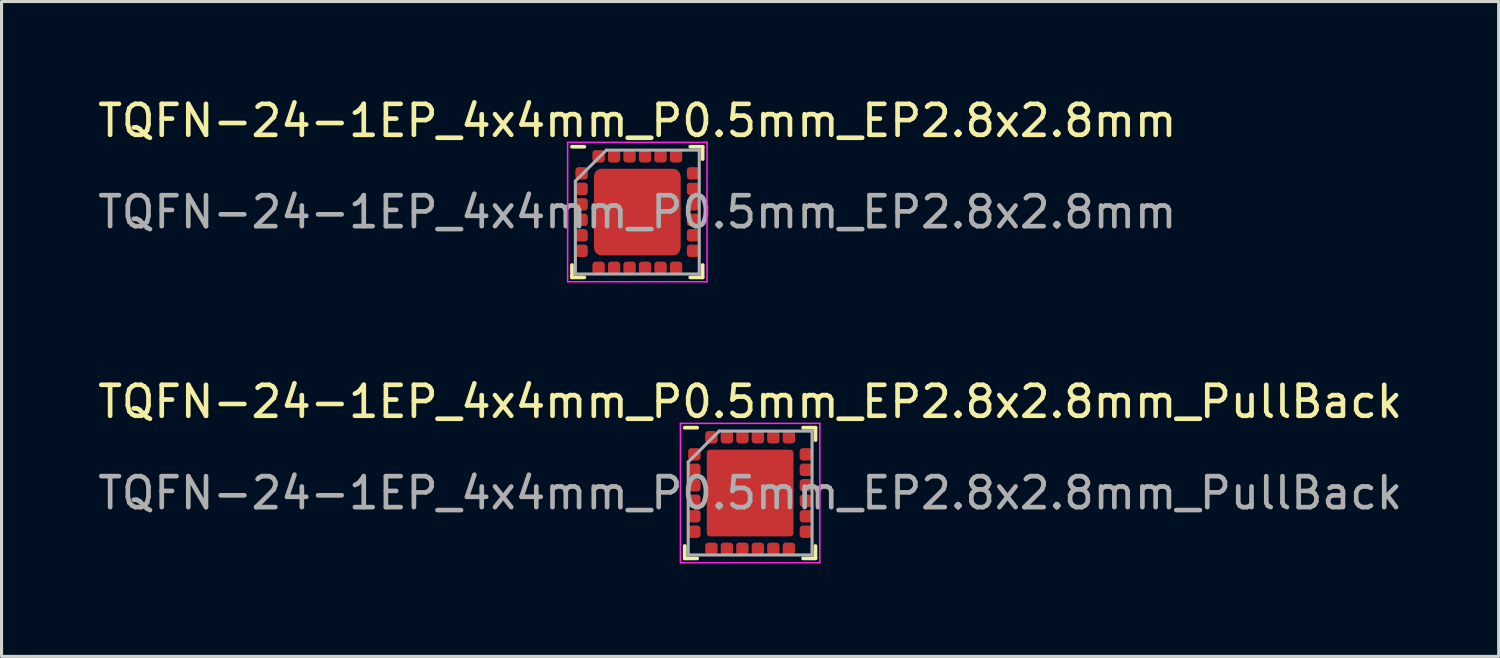
<source format=kicad_pcb>
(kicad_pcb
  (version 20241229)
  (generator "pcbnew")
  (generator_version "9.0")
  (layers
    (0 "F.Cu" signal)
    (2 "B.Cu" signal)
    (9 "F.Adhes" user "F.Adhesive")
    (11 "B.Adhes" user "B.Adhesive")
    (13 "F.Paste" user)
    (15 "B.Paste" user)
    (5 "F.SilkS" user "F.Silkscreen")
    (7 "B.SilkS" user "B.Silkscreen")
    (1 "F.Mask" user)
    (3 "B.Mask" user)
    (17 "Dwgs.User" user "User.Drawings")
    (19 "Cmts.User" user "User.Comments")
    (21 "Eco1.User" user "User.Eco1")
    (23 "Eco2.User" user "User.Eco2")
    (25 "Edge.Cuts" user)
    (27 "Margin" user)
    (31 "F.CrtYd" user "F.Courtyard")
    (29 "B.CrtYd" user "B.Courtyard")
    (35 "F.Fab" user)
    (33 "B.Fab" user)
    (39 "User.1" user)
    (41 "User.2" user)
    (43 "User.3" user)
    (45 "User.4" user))
  (footprint "TQFN-24-1EP_4x4mm_P0.5mm_EP2.8x2.8mm"
    (layer "F.Cu")
    (at 17.53 3.798)
    (property "Reference" "TQFN-24-1EP_4x4mm_P0.5mm_EP2.8x2.8mm" (at 0 -2.95 0) (layer "F.SilkS") (effects (font (size 1 1) (thickness 0.15))))
    (attr smd)
    (fp_line (start -2.11 2.11) (end -2.11 1.71) (stroke (width 0.12) (type solid)) (layer "F.SilkS"))
    (fp_line (start -1.71 -2.11) (end -2.11 -2.11) (stroke (width 0.12) (type solid)) (layer "F.SilkS"))
    (fp_line (start -1.71 2.11) (end -2.11 2.11) (stroke (width 0.12) (type solid)) (layer "F.SilkS"))
    (fp_line (start 1.71 -2.11) (end 2.11 -2.11) (stroke (width 0.12) (type solid)) (layer "F.SilkS"))
    (fp_line (start 1.71 2.11) (end 2.11 2.11) (stroke (width 0.12) (type solid)) (layer "F.SilkS"))
    (fp_line (start 2.11 -2.11) (end 2.11 -1.71) (stroke (width 0.12) (type solid)) (layer "F.SilkS"))
    (fp_line (start 2.11 2.11) (end 2.11 1.71) (stroke (width 0.12) (type solid)) (layer "F.SilkS"))
    (fp_line (start -2.25 -2.25) (end -2.25 2.25) (stroke (width 0.05) (type solid)) (layer "F.CrtYd"))
    (fp_line (start -2.25 2.25) (end 2.25 2.25) (stroke (width 0.05) (type solid)) (layer "F.CrtYd"))
    (fp_line (start 2.25 -2.25) (end -2.25 -2.25) (stroke (width 0.05) (type solid)) (layer "F.CrtYd"))
    (fp_line (start 2.25 2.25) (end 2.25 -2.25) (stroke (width 0.05) (type solid)) (layer "F.CrtYd"))
    (fp_line (start -2 -1) (end -1 -2) (stroke (width 0.1) (type solid)) (layer "F.Fab"))
    (fp_line (start -2 2) (end -2 -1) (stroke (width 0.1) (type solid)) (layer "F.Fab"))
    (fp_line (start -1 -2) (end 2 -2) (stroke (width 0.1) (type solid)) (layer "F.Fab"))
    (fp_line (start 2 -2) (end 2 2) (stroke (width 0.1) (type solid)) (layer "F.Fab"))
    (fp_line (start 2 2) (end -2 2) (stroke (width 0.1) (type solid)) (layer "F.Fab"))
    (fp_text user "${REFERENCE}" (at 0 0 0) (layer "F.Fab") (effects (font (size 1 1) (thickness 0.15))))
    (pad "" smd roundrect (at -0.7 -0.7) (size 1.13 1.13) (layers "F.Paste") (roundrect_rratio 0.221))
    (pad "" smd roundrect (at -0.7 0.7) (size 1.13 1.13) (layers "F.Paste") (roundrect_rratio 0.221))
    (pad "" smd roundrect (at 0.7 -0.7) (size 1.13 1.13) (layers "F.Paste") (roundrect_rratio 0.221))
    (pad "" smd roundrect (at 0.7 0.7) (size 1.13 1.13) (layers "F.Paste") (roundrect_rratio 0.221))
    (pad "1" smd roundrect (at -1.8 -1.25) (size 0.4 0.4) (layers "F.Cu" "F.Mask" "F.Paste") (roundrect_rratio 0.25))
    (pad "2" smd roundrect (at -1.8 -0.75) (size 0.4 0.4) (layers "F.Cu" "F.Mask" "F.Paste") (roundrect_rratio 0.25))
    (pad "3" smd roundrect (at -1.8 -0.25) (size 0.4 0.4) (layers "F.Cu" "F.Mask" "F.Paste") (roundrect_rratio 0.25))
    (pad "4" smd roundrect (at -1.8 0.25) (size 0.4 0.4) (layers "F.Cu" "F.Mask" "F.Paste") (roundrect_rratio 0.25))
    (pad "5" smd roundrect (at -1.8 0.75) (size 0.4 0.4) (layers "F.Cu" "F.Mask" "F.Paste") (roundrect_rratio 0.25))
    (pad "6" smd roundrect (at -1.8 1.25) (size 0.4 0.4) (layers "F.Cu" "F.Mask" "F.Paste") (roundrect_rratio 0.25))
    (pad "7" smd roundrect (at -1.25 1.8) (size 0.4 0.4) (layers "F.Cu" "F.Mask" "F.Paste") (roundrect_rratio 0.25))
    (pad "8" smd roundrect (at -0.75 1.8) (size 0.4 0.4) (layers "F.Cu" "F.Mask" "F.Paste") (roundrect_rratio 0.25))
    (pad "9" smd roundrect (at -0.25 1.8) (size 0.4 0.4) (layers "F.Cu" "F.Mask" "F.Paste") (roundrect_rratio 0.25))
    (pad "10" smd roundrect (at 0.25 1.8) (size 0.4 0.4) (layers "F.Cu" "F.Mask" "F.Paste") (roundrect_rratio 0.25))
    (pad "11" smd roundrect (at 0.75 1.8) (size 0.4 0.4) (layers "F.Cu" "F.Mask" "F.Paste") (roundrect_rratio 0.25))
    (pad "12" smd roundrect (at 1.25 1.8) (size 0.4 0.4) (layers "F.Cu" "F.Mask" "F.Paste") (roundrect_rratio 0.25))
    (pad "13" smd roundrect (at 1.8 1.25) (size 0.4 0.4) (layers "F.Cu" "F.Mask" "F.Paste") (roundrect_rratio 0.25))
    (pad "14" smd roundrect (at 1.8 0.75) (size 0.4 0.4) (layers "F.Cu" "F.Mask" "F.Paste") (roundrect_rratio 0.25))
    (pad "15" smd roundrect (at 1.8 0.25) (size 0.4 0.4) (layers "F.Cu" "F.Mask" "F.Paste") (roundrect_rratio 0.25))
    (pad "16" smd roundrect (at 1.8 -0.25) (size 0.4 0.4) (layers "F.Cu" "F.Mask" "F.Paste") (roundrect_rratio 0.25))
    (pad "17" smd roundrect (at 1.8 -0.75) (size 0.4 0.4) (layers "F.Cu" "F.Mask" "F.Paste") (roundrect_rratio 0.25))
    (pad "18" smd roundrect (at 1.8 -1.25) (size 0.4 0.4) (layers "F.Cu" "F.Mask" "F.Paste") (roundrect_rratio 0.25))
    (pad "19" smd roundrect (at 1.25 -1.8) (size 0.4 0.4) (layers "F.Cu" "F.Mask" "F.Paste") (roundrect_rratio 0.25))
    (pad "20" smd roundrect (at 0.75 -1.8) (size 0.4 0.4) (layers "F.Cu" "F.Mask" "F.Paste") (roundrect_rratio 0.25))
    (pad "21" smd roundrect (at 0.25 -1.8) (size 0.4 0.4) (layers "F.Cu" "F.Mask" "F.Paste") (roundrect_rratio 0.25))
    (pad "22" smd roundrect (at -0.25 -1.8) (size 0.4 0.4) (layers "F.Cu" "F.Mask" "F.Paste") (roundrect_rratio 0.25))
    (pad "23" smd roundrect (at -0.75 -1.8) (size 0.4 0.4) (layers "F.Cu" "F.Mask" "F.Paste") (roundrect_rratio 0.25))
    (pad "24" smd roundrect (at -1.25 -1.8) (size 0.4 0.4) (layers "F.Cu" "F.Mask" "F.Paste") (roundrect_rratio 0.25))
    (pad "25" smd roundrect (at 0 0) (size 2.8 2.8) (layers "F.Cu" "F.Mask") (roundrect_rratio 0.089)))
  (footprint "TQFN-24-1EP_4x4mm_P0.5mm_EP2.8x2.8mm_PullBack"
    (layer "F.Cu")
    (at 21.173 12.871)
    (property "Reference" "TQFN-24-1EP_4x4mm_P0.5mm_EP2.8x2.8mm_PullBack" (at 0 -2.95 0) (layer "F.SilkS") (effects (font (size 1 1) (thickness 0.15))))
    (attr smd)
    (fp_line (start -2.11 2.11) (end -2.11 1.71) (stroke (width 0.12) (type solid)) (layer "F.SilkS"))
    (fp_line (start -1.71 -2.11) (end -2.11 -2.11) (stroke (width 0.12) (type solid)) (layer "F.SilkS"))
    (fp_line (start -1.71 2.11) (end -2.11 2.11) (stroke (width 0.12) (type solid)) (layer "F.SilkS"))
    (fp_line (start 1.71 -2.11) (end 2.11 -2.11) (stroke (width 0.12) (type solid)) (layer "F.SilkS"))
    (fp_line (start 1.71 2.11) (end 2.11 2.11) (stroke (width 0.12) (type solid)) (layer "F.SilkS"))
    (fp_line (start 2.11 -2.11) (end 2.11 -1.71) (stroke (width 0.12) (type solid)) (layer "F.SilkS"))
    (fp_line (start 2.11 2.11) (end 2.11 1.71) (stroke (width 0.12) (type solid)) (layer "F.SilkS"))
    (fp_line (start -2.25 -2.25) (end -2.25 2.25) (stroke (width 0.05) (type solid)) (layer "F.CrtYd"))
    (fp_line (start -2.25 2.25) (end 2.25 2.25) (stroke (width 0.05) (type solid)) (layer "F.CrtYd"))
    (fp_line (start 2.25 -2.25) (end -2.25 -2.25) (stroke (width 0.05) (type solid)) (layer "F.CrtYd"))
    (fp_line (start 2.25 2.25) (end 2.25 -2.25) (stroke (width 0.05) (type solid)) (layer "F.CrtYd"))
    (fp_line (start -2 -1) (end -1 -2) (stroke (width 0.1) (type solid)) (layer "F.Fab"))
    (fp_line (start -2 2) (end -2 -1) (stroke (width 0.1) (type solid)) (layer "F.Fab"))
    (fp_line (start -1 -2) (end 2 -2) (stroke (width 0.1) (type solid)) (layer "F.Fab"))
    (fp_line (start 2 -2) (end 2 2) (stroke (width 0.1) (type solid)) (layer "F.Fab"))
    (fp_line (start 2 2) (end -2 2) (stroke (width 0.1) (type solid)) (layer "F.Fab"))
    (fp_text user "${REFERENCE}" (at 0 0 0) (layer "F.Fab") (effects (font (size 1 1) (thickness 0.15))))
    (pad "" smd roundrect (at -0.7 -0.7) (size 1.13 1.13) (layers "F.Paste") (roundrect_rratio 0.221))
    (pad "" smd roundrect (at -0.7 0.7) (size 1.13 1.13) (layers "F.Paste") (roundrect_rratio 0.221))
    (pad "" smd roundrect (at 0.7 -0.7) (size 1.13 1.13) (layers "F.Paste") (roundrect_rratio 0.221))
    (pad "" smd roundrect (at 0.7 0.7) (size 1.13 1.13) (layers "F.Paste") (roundrect_rratio 0.221))
    (pad "1" smd roundrect (at -1.8 -1.25) (size 0.4 0.4) (layers "F.Cu" "F.Mask" "F.Paste") (roundrect_rratio 0.25))
    (pad "2" smd roundrect (at -1.8 -0.75) (size 0.4 0.4) (layers "F.Cu" "F.Mask" "F.Paste") (roundrect_rratio 0.25))
    (pad "3" smd roundrect (at -1.8 -0.25) (size 0.4 0.4) (layers "F.Cu" "F.Mask" "F.Paste") (roundrect_rratio 0.25))
    (pad "4" smd roundrect (at -1.8 0.25) (size 0.4 0.4) (layers "F.Cu" "F.Mask" "F.Paste") (roundrect_rratio 0.25))
    (pad "5" smd roundrect (at -1.8 0.75) (size 0.4 0.4) (layers "F.Cu" "F.Mask" "F.Paste") (roundrect_rratio 0.25))
    (pad "6" smd roundrect (at -1.8 1.25) (size 0.4 0.4) (layers "F.Cu" "F.Mask" "F.Paste") (roundrect_rratio 0.25))
    (pad "7" smd roundrect (at -1.25 1.8) (size 0.4 0.4) (layers "F.Cu" "F.Mask" "F.Paste") (roundrect_rratio 0.25))
    (pad "8" smd roundrect (at -0.75 1.8) (size 0.4 0.4) (layers "F.Cu" "F.Mask" "F.Paste") (roundrect_rratio 0.25))
    (pad "9" smd roundrect (at -0.25 1.8) (size 0.4 0.4) (layers "F.Cu" "F.Mask" "F.Paste") (roundrect_rratio 0.25))
    (pad "10" smd roundrect (at 0.25 1.8) (size 0.4 0.4) (layers "F.Cu" "F.Mask" "F.Paste") (roundrect_rratio 0.25))
    (pad "11" smd roundrect (at 0.75 1.8) (size 0.4 0.4) (layers "F.Cu" "F.Mask" "F.Paste") (roundrect_rratio 0.25))
    (pad "12" smd roundrect (at 1.25 1.8) (size 0.4 0.4) (layers "F.Cu" "F.Mask" "F.Paste") (roundrect_rratio 0.25))
    (pad "13" smd roundrect (at 1.8 1.25) (size 0.4 0.4) (layers "F.Cu" "F.Mask" "F.Paste") (roundrect_rratio 0.25))
    (pad "14" smd roundrect (at 1.8 0.75) (size 0.4 0.4) (layers "F.Cu" "F.Mask" "F.Paste") (roundrect_rratio 0.25))
    (pad "15" smd roundrect (at 1.8 0.25) (size 0.4 0.4) (layers "F.Cu" "F.Mask" "F.Paste") (roundrect_rratio 0.25))
    (pad "16" smd roundrect (at 1.8 -0.25) (size 0.4 0.4) (layers "F.Cu" "F.Mask" "F.Paste") (roundrect_rratio 0.25))
    (pad "17" smd roundrect (at 1.8 -0.75) (size 0.4 0.4) (layers "F.Cu" "F.Mask" "F.Paste") (roundrect_rratio 0.25))
    (pad "18" smd roundrect (at 1.8 -1.25) (size 0.4 0.4) (layers "F.Cu" "F.Mask" "F.Paste") (roundrect_rratio 0.25))
    (pad "19" smd roundrect (at 1.25 -1.8) (size 0.4 0.4) (layers "F.Cu" "F.Mask" "F.Paste") (roundrect_rratio 0.25))
    (pad "20" smd roundrect (at 0.75 -1.8) (size 0.4 0.4) (layers "F.Cu" "F.Mask" "F.Paste") (roundrect_rratio 0.25))
    (pad "21" smd roundrect (at 0.25 -1.8) (size 0.4 0.4) (layers "F.Cu" "F.Mask" "F.Paste") (roundrect_rratio 0.25))
    (pad "22" smd roundrect (at -0.25 -1.8) (size 0.4 0.4) (layers "F.Cu" "F.Mask" "F.Paste") (roundrect_rratio 0.25))
    (pad "23" smd roundrect (at -0.75 -1.8) (size 0.4 0.4) (layers "F.Cu" "F.Mask" "F.Paste") (roundrect_rratio 0.25))
    (pad "24" smd roundrect (at -1.25 -1.8) (size 0.4 0.4) (layers "F.Cu" "F.Mask" "F.Paste") (roundrect_rratio 0.25))
    (pad "25" smd roundrect (at 0 0) (size 2.8 2.8) (layers "F.Cu" "F.Mask") (roundrect_rratio 0.036)))
  (gr_rect
    (start -3 -3)
    (end 45.345 18.146)
    (stroke (width 0.1) (type default))
    (fill no)
    (layer "Edge.Cuts")))
</source>
